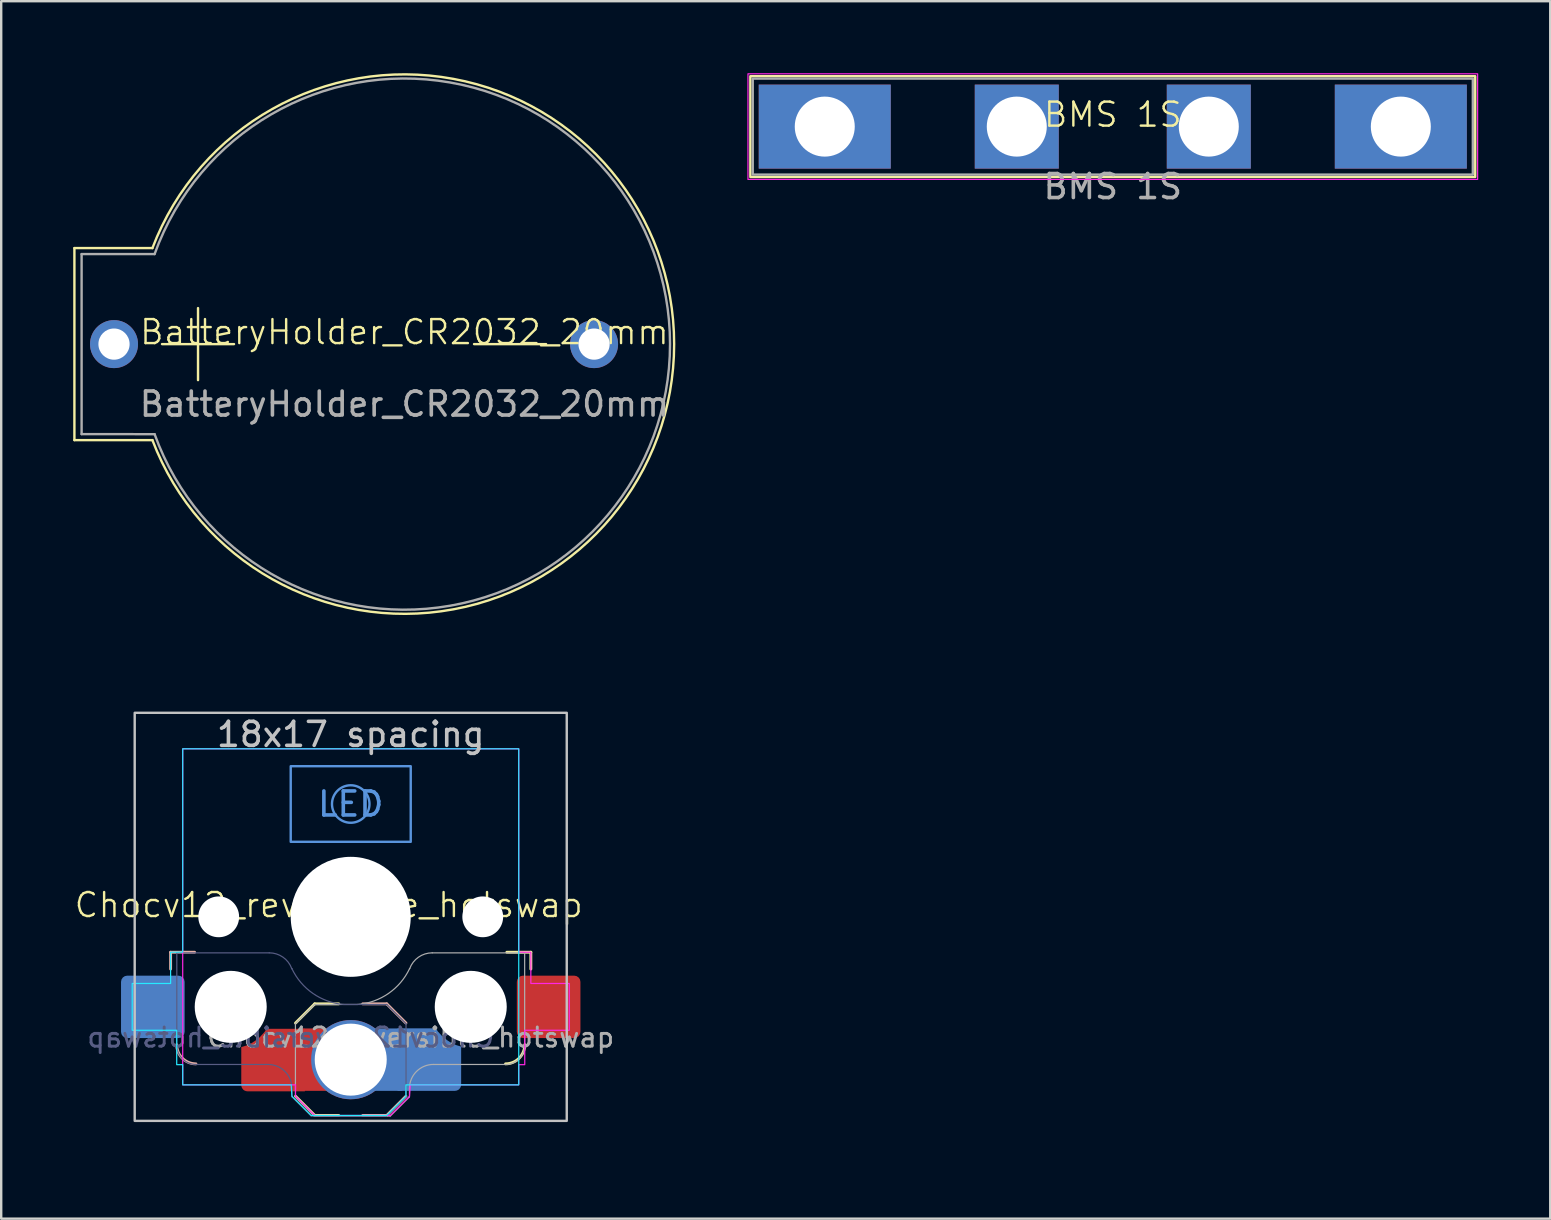
<source format=kicad_pcb>
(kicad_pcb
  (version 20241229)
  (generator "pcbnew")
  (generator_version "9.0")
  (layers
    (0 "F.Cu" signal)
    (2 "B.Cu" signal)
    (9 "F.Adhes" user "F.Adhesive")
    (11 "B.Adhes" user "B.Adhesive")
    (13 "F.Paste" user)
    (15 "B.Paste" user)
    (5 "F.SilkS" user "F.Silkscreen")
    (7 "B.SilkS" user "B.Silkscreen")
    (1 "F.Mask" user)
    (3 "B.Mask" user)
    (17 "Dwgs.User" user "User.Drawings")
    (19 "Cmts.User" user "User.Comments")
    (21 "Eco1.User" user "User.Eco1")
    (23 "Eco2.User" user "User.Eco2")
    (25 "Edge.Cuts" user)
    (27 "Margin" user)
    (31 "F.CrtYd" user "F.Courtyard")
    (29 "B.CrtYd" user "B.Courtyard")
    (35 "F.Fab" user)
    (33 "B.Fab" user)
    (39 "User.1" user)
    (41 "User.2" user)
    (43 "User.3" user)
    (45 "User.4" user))
  (footprint "BMS 1S"
    (layer "F.Cu")
    (at 43.311 2.225)
    (property "Reference" "BMS 1S" (at 0 -0.5 0) (unlocked yes) (layer "F.SilkS") (effects (font (size 1 1) (thickness 0.1))))
    (attr through_hole)
    (fp_rect (start -15.1 -2.1) (end 15.1 2.1) (stroke (width 0.1) (type default)) (fill no) (layer "F.SilkS"))
    (fp_rect (start -15.2 -2.2) (end 15.2 2.2) (stroke (width 0.05) (type default)) (fill no) (layer "F.CrtYd"))
    (fp_rect (start -15 -2) (end 15 2) (stroke (width 0.1) (type default)) (fill no) (layer "F.Fab"))
    (fp_text user "${REFERENCE}" (at 0 2.5 0) (unlocked yes) (layer "F.Fab") (effects (font (size 1 1) (thickness 0.15))))
    (pad "1" thru_hole rect (at -12 0) (size 5.5 3.5) (drill 2.5) (layers "*.Cu" "*.Mask"))
    (pad "2" thru_hole rect (at -4 0) (size 3.5 3.5) (drill 2.5) (layers "*.Cu" "*.Mask"))
    (pad "3" thru_hole rect (at 4 0) (size 3.5 3.5) (drill 2.5) (layers "*.Cu" "*.Mask"))
    (pad "4" thru_hole rect (at 12 0) (size 5.5 3.5) (drill 2.5) (layers "*.Cu" "*.Mask")))
  (footprint "BatteryHolder_CR2032_20mm"
    (layer "F.Cu")
    (at 13.8 11.286)
    (property "Reference" "BatteryHolder_CR2032_20mm" (at 0 -0.5 0) (unlocked yes) (layer "F.SilkS") (effects (font (size 1 1) (thickness 0.1))))
    (attr through_hole)
    (fp_line (start -13.75 -4) (end -13.75 4) (stroke (width 0.1) (type default)) (layer "F.SilkS"))
    (fp_line (start -13.75 4) (end -10.5 4) (stroke (width 0.1) (type default)) (layer "F.SilkS"))
    (fp_line (start -10.5 -4) (end -13.75 -4) (stroke (width 0.1) (type default)) (layer "F.SilkS"))
    (fp_line (start -10.1 0) (end -7.1 0) (stroke (width 0.1) (type default)) (layer "F.SilkS"))
    (fp_line (start -8.6 1.5) (end -8.6 -1.5) (stroke (width 0.1) (type default)) (layer "F.SilkS"))
    (fp_line (start 2.9 0) (end 5.9 0) (stroke (width 0.1) (type default)) (layer "F.SilkS"))
    (fp_arc (start -10.5 -4) (mid 11.236103 0) (end -10.5 4) (stroke (width 0.1) (type default)) (layer "F.SilkS"))
    (fp_line (start -13.45 -3.75) (end -13.45 3.75) (stroke (width 0.1) (type default)) (layer "F.Fab"))
    (fp_line (start -10.41 -3.75) (end -13.45 -3.75) (stroke (width 0.1) (type default)) (layer "F.Fab"))
    (fp_line (start -10.409 3.753) (end -13.45 3.75) (stroke (width 0.1) (type default)) (layer "F.Fab"))
    (fp_arc (start -10.41 -3.75) (mid 11.064836 -0.001536) (end -10.408958 3.75289) (stroke (width 0.1) (type default)) (layer "F.Fab"))
    (fp_text user "${REFERENCE}" (at 0 2.5 0) (unlocked yes) (layer "F.Fab") (effects (font (size 1 1) (thickness 0.15))))
    (pad "1" thru_hole circle (at -12.1 0) (size 2 2) (drill 1.3) (layers "*.Cu" "*.Mask"))
    (pad "2" thru_hole circle (at 7.9 0) (size 2 2) (drill 1.3) (layers "*.Cu" "*.Mask")))
  (footprint "Chocv12_reversible_hotswap"
    (layer "F.Cu")
    (at 11.562 35.147)
    (property "Reference" "Chocv12_reversible_hotswap" (at -0.917 -0.491 0) (unlocked yes) (layer "F.SilkS") (effects (font (size 1 1) (thickness 0.1))))
    (attr through_hole)
    (fp_line (start -2.3 7.475) (end -1.5 8.275) (stroke (width 0.12) (type solid)) (layer "F.SilkS"))
    (fp_line (start -1.5 3.625) (end -2.3 4.425) (stroke (width 0.12) (type solid)) (layer "F.SilkS"))
    (fp_line (start -1.5 3.625) (end -0.5 3.625) (stroke (width 0.12) (type solid)) (layer "F.SilkS"))
    (fp_line (start -1.5 8.275) (end -0.5 8.275) (stroke (width 0.12) (type solid)) (layer "F.SilkS"))
    (fp_line (start 7.504 1.475) (end 6.504 1.475) (stroke (width 0.12) (type solid)) (layer "F.SilkS"))
    (fp_line (start 7.504 1.475) (end 7.504 2.175) (stroke (width 0.12) (type solid)) (layer "F.SilkS"))
    (fp_arc (start 7.25 5.325) (mid 7.015685 5.890685) (end 6.45 6.125) (stroke (width 0.12) (type solid)) (layer "F.SilkS"))
    (fp_line (start -7.504 1.475) (end -7.504 2.175) (stroke (width 0.12) (type solid)) (layer "B.SilkS"))
    (fp_line (start -7.504 1.475) (end -6.504 1.475) (stroke (width 0.12) (type solid)) (layer "B.SilkS"))
    (fp_line (start 1.5 3.625) (end 0.5 3.625) (stroke (width 0.12) (type solid)) (layer "B.SilkS"))
    (fp_line (start 1.5 3.625) (end 2.3 4.425) (stroke (width 0.12) (type solid)) (layer "B.SilkS"))
    (fp_line (start 1.5 8.275) (end 0.5 8.275) (stroke (width 0.12) (type solid)) (layer "B.SilkS"))
    (fp_line (start 2.3 7.475) (end 1.5 8.275) (stroke (width 0.12) (type solid)) (layer "B.SilkS"))
    (fp_arc (start -6.45 6.125) (mid -7.015688 5.890686) (end -7.25 5.325) (stroke (width 0.12) (type solid)) (layer "B.SilkS"))
    (fp_rect (start -9 -8.5) (end 9 8.5) (stroke (width 0.1) (type default)) (fill no) (layer "Dwgs.User"))
    (fp_rect (start -2.5 -6.275) (end 2.5 -3.125) (stroke (width 0.1) (type default)) (fill no) (layer "Cmts.User"))
    (fp_circle (center 0 -4.7) (end 0.6 -5.2) (stroke (width 0.1) (type default)) (fill no) (layer "Cmts.User"))
    (fp_rect (start -9.525 -9.525) (end 9.525 9.525) (stroke (width 0.1) (type default)) (fill no) (layer "Eco1.User"))
    (fp_line (start -6.95 -6.45) (end -6.95 6.45) (stroke (width 0.05) (type solid)) (layer "Eco2.User"))
    (fp_line (start -6.45 6.95) (end 6.45 6.95) (stroke (width 0.05) (type solid)) (layer "Eco2.User"))
    (fp_line (start 6.45 -6.95) (end -6.45 -6.95) (stroke (width 0.05) (type solid)) (layer "Eco2.User"))
    (fp_line (start 6.95 6.45) (end 6.95 -6.45) (stroke (width 0.05) (type solid)) (layer "Eco2.User"))
    (fp_arc (start -6.95 -6.45) (mid -6.803553 -6.803553) (end -6.45 -6.95) (stroke (width 0.05) (type solid)) (layer "Eco2.User"))
    (fp_arc (start -6.45 6.95) (mid -6.803553 6.803553) (end -6.95 6.45) (stroke (width 0.05) (type solid)) (layer "Eco2.User"))
    (fp_arc (start 6.45 -6.95) (mid 6.803553 -6.803553) (end 6.95 -6.45) (stroke (width 0.05) (type solid)) (layer "Eco2.User"))
    (fp_arc (start 6.95 6.45) (mid 6.803553 6.803553) (end 6.45 6.95) (stroke (width 0.05) (type solid)) (layer "Eco2.User"))
    (fp_poly (pts (xy -7 -7) (xy -7 1.47) (xy -7.504 1.475) (xy -7.504 2.775) (xy -9.104 2.775) (xy -9.104 4.725) (xy -7.25 4.725) (xy -7.25 6.16) (xy -7 6.16) (xy -7 7) (xy -2.48 7) (xy -2.45 7.475) (xy -1.65 8.275) (xy 1.5 8.275) (xy 2.3 7.475) (xy 2.3 7) (xy 7 7) (xy 7 -7)) (stroke (width 0.05) (type solid)) (fill no) (layer "B.CrtYd"))
    (fp_poly (pts (xy 7 -7) (xy 7 1.47) (xy 7.504 1.475) (xy 7.504 2.775) (xy 9.104 2.775) (xy 9.104 4.725) (xy 7.25 4.725) (xy 7.25 6.16) (xy 7 6.16) (xy 7 7) (xy 2.48 7) (xy 2.45 7.475) (xy 1.65 8.275) (xy -1.5 8.275) (xy -2.3 7.475) (xy -2.3 7) (xy -7 7) (xy -7 -7)) (stroke (width 0.05) (type solid)) (fill no) (layer "F.CrtYd"))
    (fp_line (start -7.246 1.5) (end -3.396 1.5) (stroke (width 0.05) (type solid)) (layer "B.Fab"))
    (fp_line (start -7.246 5.35) (end -7.246 1.5) (stroke (width 0.05) (type solid)) (layer "B.Fab"))
    (fp_line (start -3.446 6.15) (end -6.446 6.15) (stroke (width 0.05) (type solid)) (layer "B.Fab"))
    (fp_line (start -2.451 2.158) (end -2.456 2.158) (stroke (width 0.05) (type default)) (layer "B.Fab"))
    (fp_line (start -2.446 7.5) (end -2.446 7.15) (stroke (width 0.05) (type solid)) (layer "B.Fab"))
    (fp_line (start -2.446 7.5) (end -1.646 8.3) (stroke (width 0.05) (type solid)) (layer "B.Fab"))
    (fp_line (start 1.504 3.65) (end -0.296 3.65) (stroke (width 0.05) (type solid)) (layer "B.Fab"))
    (fp_line (start 1.504 3.65) (end 2.304 4.45) (stroke (width 0.05) (type solid)) (layer "B.Fab"))
    (fp_line (start 1.504 8.3) (end -1.646 8.3) (stroke (width 0.05) (type solid)) (layer "B.Fab"))
    (fp_line (start 2.304 7.5) (end 1.504 8.3) (stroke (width 0.05) (type solid)) (layer "B.Fab"))
    (fp_line (start 2.304 7.5) (end 2.304 4.45) (stroke (width 0.05) (type solid)) (layer "B.Fab"))
    (fp_arc (start -6.446 6.15) (mid -7.011688 5.915686) (end -7.246 5.35) (stroke (width 0.05) (type solid)) (layer "B.Fab"))
    (fp_arc (start -3.446 6.15) (mid -2.738896 6.442894) (end -2.446 7.15) (stroke (width 0.05) (type solid)) (layer "B.Fab"))
    (fp_arc (start -3.396 1.5) (mid -2.822425 1.680849) (end -2.456307 2.15798) (stroke (width 0.05) (type solid)) (layer "B.Fab"))
    (fp_arc (start -0.295999 3.649999) (mid -1.573272 3.192235) (end -2.451444 2.15793) (stroke (width 0.05) (type solid)) (layer "B.Fab"))
    (fp_line (start -2.304 7.5) (end -2.304 4.45) (stroke (width 0.05) (type solid)) (layer "F.Fab"))
    (fp_line (start -2.304 7.5) (end -1.504 8.3) (stroke (width 0.05) (type solid)) (layer "F.Fab"))
    (fp_line (start -1.504 3.65) (end -2.304 4.45) (stroke (width 0.05) (type solid)) (layer "F.Fab"))
    (fp_line (start -1.504 3.65) (end 0.296 3.65) (stroke (width 0.05) (type solid)) (layer "F.Fab"))
    (fp_line (start -1.504 8.3) (end 1.646 8.3) (stroke (width 0.05) (type solid)) (layer "F.Fab"))
    (fp_line (start 2.446 7.5) (end 1.646 8.3) (stroke (width 0.05) (type solid)) (layer "F.Fab"))
    (fp_line (start 2.446 7.5) (end 2.446 7.15) (stroke (width 0.05) (type solid)) (layer "F.Fab"))
    (fp_line (start 2.451 2.158) (end 2.456 2.158) (stroke (width 0.05) (type default)) (layer "F.Fab"))
    (fp_line (start 3.446 6.15) (end 6.446 6.15) (stroke (width 0.05) (type solid)) (layer "F.Fab"))
    (fp_line (start 7.246 1.5) (end 3.396 1.5) (stroke (width 0.05) (type solid)) (layer "F.Fab"))
    (fp_line (start 7.246 5.35) (end 7.246 1.5) (stroke (width 0.05) (type solid)) (layer "F.Fab"))
    (fp_arc (start 2.446 7.15) (mid 2.738893 6.442893) (end 3.446 6.15) (stroke (width 0.05) (type solid)) (layer "F.Fab"))
    (fp_arc (start 2.451444 2.15793) (mid 1.573272 3.192235) (end 0.295999 3.649999) (stroke (width 0.05) (type solid)) (layer "F.Fab"))
    (fp_arc (start 2.456307 2.15798) (mid 2.822423 1.680848) (end 3.396 1.5) (stroke (width 0.05) (type solid)) (layer "F.Fab"))
    (fp_arc (start 7.246 5.35) (mid 7.011685 5.915685) (end 6.446 6.15) (stroke (width 0.05) (type solid)) (layer "F.Fab"))
    (fp_text user "18x17 spacing" (at 0 -7.6 180) (layer "Dwgs.User") (effects (font (size 1 1) (thickness 0.15))))
    (fp_text user "LED" (at 0 -4.7 0) (unlocked yes) (layer "Cmts.User") (effects (font (size 1 1) (thickness 0.15))))
    (fp_text user "19.05 spacing" (at 0 -8.7 180) (layer "Eco1.User") (effects (font (size 1 1) (thickness 0.15))))
    (fp_text user "${REFERENCE}" (at -2.496 5.025 0) (layer "B.Fab") (effects (font (size 0.8 0.8) (thickness 0.12)) (justify mirror)))
    (fp_text user "${REFERENCE}" (at 2.496 5.025 0) (layer "F.Fab") (effects (font (size 0.8 0.8) (thickness 0.12))))
    (pad "" np_thru_hole circle (at -5.5 0 180) (size 1.7 1.7) (drill 1.7) (layers "*.Cu" "*.Mask"))
    (pad "" np_thru_hole circle (at -5 3.75) (size 3 3) (drill 3) (layers "*.Cu" "*.Mask"))
    (pad "" np_thru_hole circle (at 0 0 180) (size 5 5) (drill 5) (layers "*.Cu" "*.Mask"))
    (pad "" np_thru_hole circle (at 5 3.75) (size 3 3) (drill 3) (layers "*.Cu" "*.Mask"))
    (pad "" np_thru_hole circle (at 5.5 0 180) (size 1.7 1.7) (drill 1.7) (layers "*.Cu" "*.Mask"))
    (pad "1" smd custom (at -3.26 6.07) (size 1.458 1.458) (layers "F.Cu" "F.Mask" "F.Paste") (options (anchor circle)) (primitives (gr_poly (pts (xy -1.3 0.94) (xy -1.3 -0.644) (xy -1.1 -0.704) (xy -0.91 -0.784) (xy -0.74 -0.894) (xy -0.54 -1.044) (xy -0.33 -1.274) (xy -0.25 -1.404) (xy 1.35 -1.404) (xy 1.35 1.2) (xy -1.04 1.2) (xy -1.11 1.19) (xy -1.18 1.16) (xy -1.224 1.124) (xy -1.27 1.06) (xy -1.29 1.01)) (width 0.0001) (fill yes))))
    (pad "1" smd rect (at -1.55 5.95 180) (size 1.2 2.6) (layers "F.Cu"))
    (pad "1" thru_hole circle (at 0 5.95) (size 3.3 3.3) (drill 3) (layers "*.Cu" "F.Mask"))
    (pad "1" smd rect (at 1.55 5.95 180) (size 1.2 2.6) (layers "B.Cu"))
    (pad "1" smd custom (at 3.3 6.05) (size 1.458 1.458) (layers "B.Cu" "B.Mask" "B.Paste") (options (anchor circle)) (primitives (gr_poly (pts (xy 1.3 0.94) (xy 1.3 -0.644) (xy 1.1 -0.704) (xy 0.91 -0.784) (xy 0.74 -0.894) (xy 0.54 -1.044) (xy 0.33 -1.274) (xy 0.25 -1.404) (xy -1.35 -1.404) (xy -1.35 1.2) (xy 1.04 1.2) (xy 1.11 1.19) (xy 1.18 1.16) (xy 1.224 1.124) (xy 1.27 1.06) (xy 1.29 1.01)) (width 0.0001) (fill yes))))
    (pad "2" smd roundrect (at -8.245 3.75) (size 2.65 2.6) (layers "B.Cu" "B.Mask" "B.Paste") (roundrect_rratio 0.1))
    (pad "2" smd roundrect (at 8.245 3.75) (size 2.65 2.6) (layers "F.Cu" "F.Mask" "F.Paste") (roundrect_rratio 0.1)))
  (gr_rect
    (start -3 -3)
    (end 61.536 47.722)
    (stroke (width 0.1) (type default))
    (fill no)
    (layer "Edge.Cuts")))
</source>
